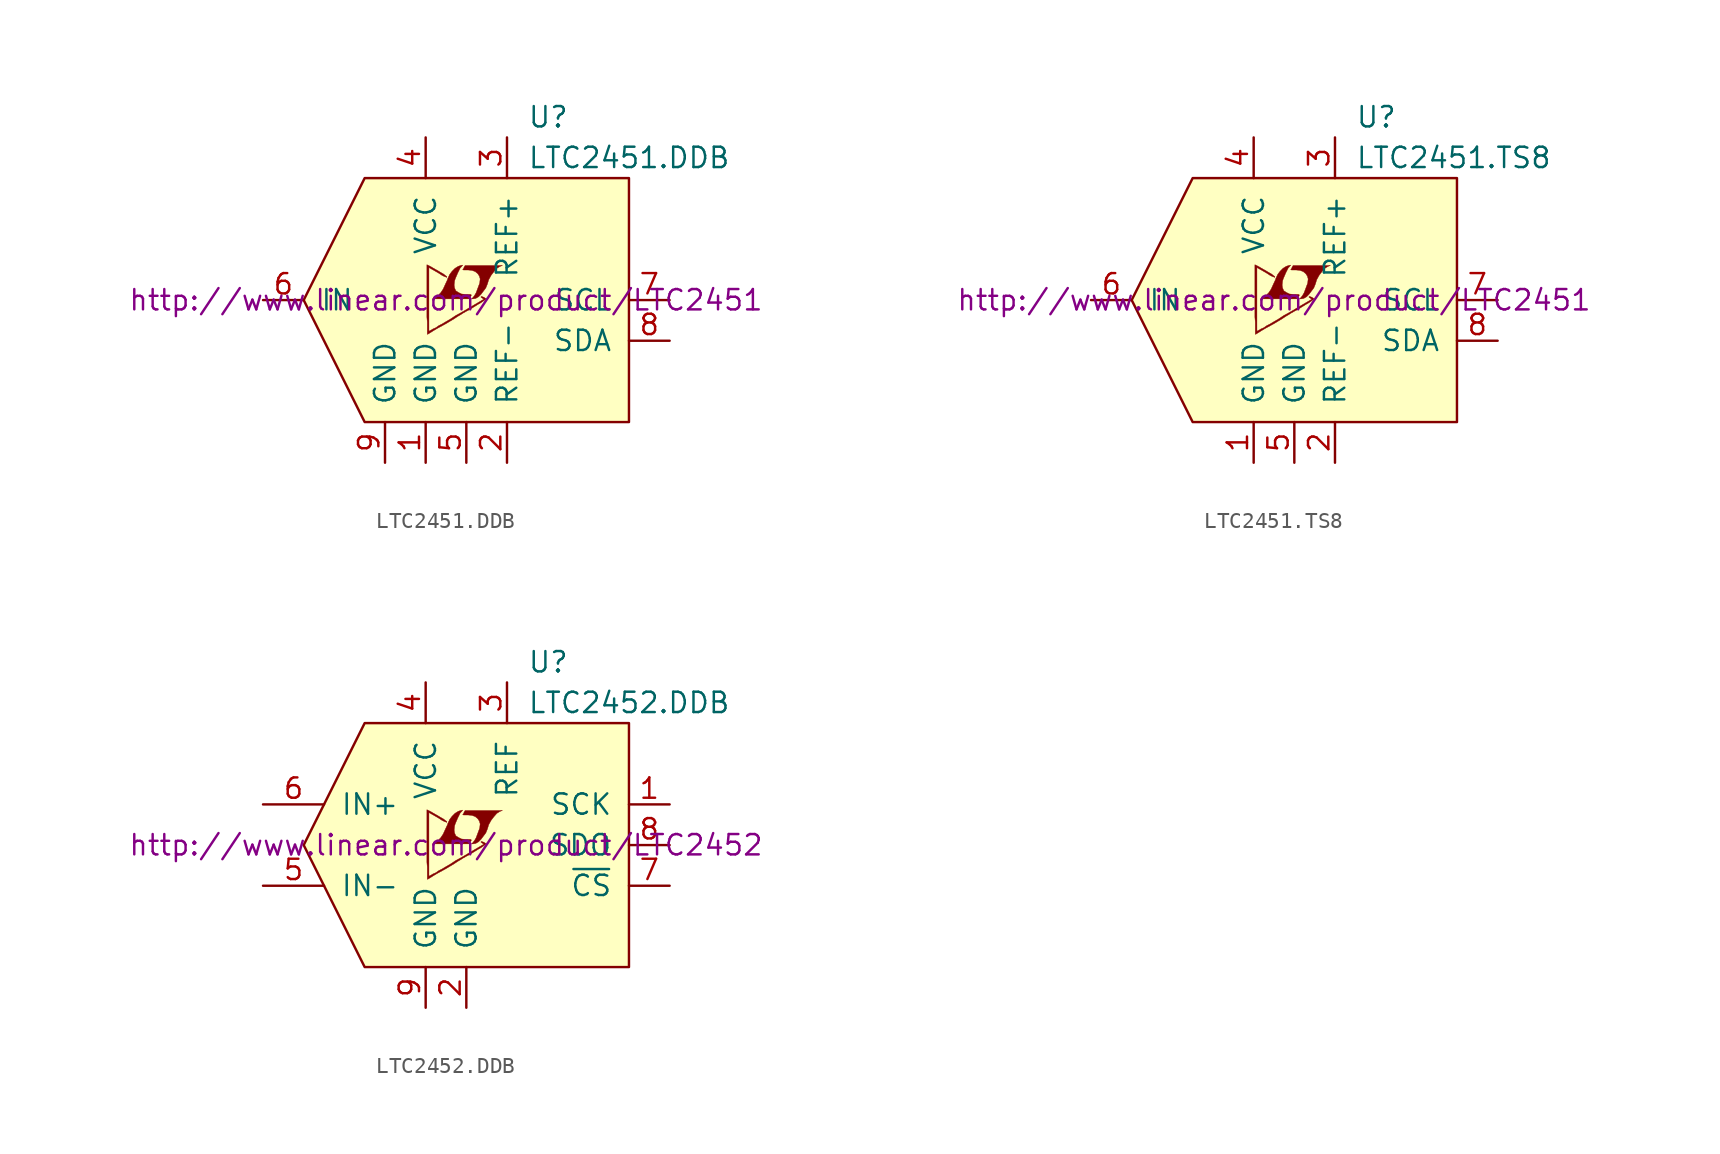
<source format=kicad_sym>
(kicad_symbol_lib
  (version 20201005)
  (generator kicad_symbol_editor)
  (symbol "LTC2451.DDB"
    (pin_names
      (offset 1.016))
    (property "Reference" "U"
      (at 3.81 11.43 0)
      (effects (font (size 1.27 1.27)) (justify left)))
    (property "Value" "LTC2451.DDB"
      (at 3.81 8.89 0)
      (effects (font (size 1.27 1.27)) (justify left)))
    (property "Datasheet" "http://www.linear.com/product/LTC2451"
      (at -1.27 0 0)
      (effects (font (size 1.27 1.27))))
    (symbol "LTC2451.DDB_0_0"
      (polyline (pts (xy 10.16 -7.62) (xy 10.16 7.62) (xy -6.35 7.62) (xy -10.16 0) (xy -6.35 -7.62) (xy 10.16 -7.62)) (stroke (width 0)) (fill (type background)))
      (polyline (pts (xy 0.584 0.102) (xy 0.762 0.203) (xy 0.914 0.356) (xy 1.219 0.762) (xy 1.321 1.016) (xy 1.397 1.27) (xy 1.549 1.549) (xy 1.727 1.778) (xy 1.905 1.981) (xy 2.108 2.108) (xy 2.261 2.159) (xy -0.076 2.159) (xy -0.152 2.032) (xy -0.152 2.007) (xy -0.203 1.93) (xy -0.229 1.905) (xy -0.178 1.88) (xy 0.102 1.88) (xy 0.356 1.854) (xy 0.559 1.778) (xy 0.711 1.651) (xy 0.813 1.499) (xy 0.864 1.321) (xy 0.838 1.092) (xy 0.838 1.067) (xy 0.61 0.457) (xy 0.508 0.279) (xy 0.406 0.152) (xy 0.33 0.076) (xy 0.432 0.076) (xy 0.584 0.102)) (stroke (width 0.025)) (fill (type outline)))
      (polyline (pts (xy 0.229 0.178) (xy 0.254 0.203) (xy 0.305 0.279) (xy 0.305 0.33) (xy 0.254 0.356) (xy -0.051 0.356) (xy -0.305 0.381) (xy -0.508 0.483) (xy -0.66 0.584) (xy -0.737 0.762) (xy -0.762 0.94) (xy -0.737 1.168) (xy -0.737 1.194) (xy -0.686 1.346) (xy -0.533 1.702) (xy -0.381 2.007) (xy -0.305 2.083) (xy -0.229 2.184) (xy -0.356 2.159) (xy -0.508 2.108) (xy -0.711 1.981) (xy -0.889 1.803) (xy -1.041 1.6) (xy -1.168 1.321) (xy -1.168 1.295) (xy -1.321 0.965) (xy -1.448 0.686) (xy -1.6 0.457) (xy -1.753 0.305) (xy -1.93 0.178) (xy -2.108 0.076) (xy 0.178 0.076) (xy 0.229 0.178)) (stroke (width 0.025)) (fill (type outline)))
      (polyline (pts (xy -2.362 -2.108) (xy -2.286 -2.057) (xy -2.159 -1.981) (xy -2.083 -1.93) (xy -1.829 -1.778) (xy -1.27 -1.473) (xy -0.762 -1.168) (xy -0.533 -1.016) (xy -0.356 -0.914) (xy -0.203 -0.813) (xy -0.102 -0.762) (xy -0.025 -0.711) (xy 0.127 -0.635) (xy 0.305 -0.533) (xy 0.711 -0.279) (xy 0.889 -0.178) (xy 1.041 -0.076) (xy 1.143 0) (xy 1.219 0.051) (xy 1.245 0.076) (xy 1.092 0.178) (xy 0.94 0.229) (xy 0.914 0.203) (xy 0.914 0.178) (xy 0.991 0.127) (xy 1.092 0.051) (xy 0.178 -0.483) (xy -0.025 -0.61) (xy -0.33 -0.787) (xy -0.66 -0.965) (xy -0.965 -1.168) (xy -1.27 -1.346) (xy -1.524 -1.499) (xy -1.727 -1.6) (xy -1.905 -1.727) (xy -2.083 -1.803) (xy -2.21 -1.88) (xy -2.311 -1.93) (xy -2.337 -1.956) (xy -2.337 2.032) (xy -1.803 1.727) (xy -1.676 1.651) (xy -1.524 1.549) (xy -1.372 1.473) (xy -1.295 1.448) (xy -1.245 1.422) (xy -1.219 1.422) (xy -1.219 1.473) (xy -1.295 1.524) (xy -1.422 1.626) (xy -1.6 1.727) (xy -1.727 1.803) (xy -2.083 2.007) (xy -2.21 2.083) (xy -2.464 2.21) (xy -2.464 -1.067) (xy -2.438 -1.372) (xy -2.438 -2.134) (xy -2.413 -2.134) (xy -2.362 -2.108)) (stroke (width 0.025)) (fill (type outline))))
    (symbol "LTC2451.DDB_1_1"
      (pin power_in line (at -2.54 -10.16 90) (length 2.54) (name "GND" (effects (font (size 1.27 1.27)))) (number "1" (effects (font (size 1.27 1.27)))))
      (pin input line (at 2.54 -10.16 90) (length 2.54) (name "REF-" (effects (font (size 1.27 1.27)))) (number "2" (effects (font (size 1.27 1.27)))))
      (pin input line (at 2.54 10.16 270) (length 2.54) (name "REF+" (effects (font (size 1.27 1.27)))) (number "3" (effects (font (size 1.27 1.27)))))
      (pin power_in line (at -2.54 10.16 270) (length 2.54) (name "VCC" (effects (font (size 1.27 1.27)))) (number "4" (effects (font (size 1.27 1.27)))))
      (pin power_in line (at 0 -10.16 90) (length 2.54) (name "GND" (effects (font (size 1.27 1.27)))) (number "5" (effects (font (size 1.27 1.27)))))
      (pin input line (at -12.7 0 0) (length 2.54) (name "IN" (effects (font (size 1.27 1.27)))) (number "6" (effects (font (size 1.27 1.27)))))
      (pin input line (at 12.7 0 180) (length 2.54) (name "SCL" (effects (font (size 1.27 1.27)))) (number "7" (effects (font (size 1.27 1.27)))))
      (pin output line (at 12.7 -2.54 180) (length 2.54) (name "SDA" (effects (font (size 1.27 1.27)))) (number "8" (effects (font (size 1.27 1.27)))))
      (pin power_in line (at -5.08 -10.16 90) (length 2.54) (name "GND" (effects (font (size 1.27 1.27)))) (number "9" (effects (font (size 1.27 1.27)))))))
  (symbol "LTC2451.TS8"
    (pin_names
      (offset 1.016))
    (property "Reference" "U"
      (at 3.81 11.43 0)
      (effects (font (size 1.27 1.27)) (justify left)))
    (property "Value" "LTC2451.TS8"
      (at 3.81 8.89 0)
      (effects (font (size 1.27 1.27)) (justify left)))
    (property "Datasheet" "http://www.linear.com/product/LTC2451"
      (at -1.27 0 0)
      (effects (font (size 1.27 1.27))))
    (symbol "LTC2451.TS8_0_0"
      (polyline (pts (xy 10.16 -7.62) (xy 10.16 7.62) (xy -6.35 7.62) (xy -10.16 0) (xy -6.35 -7.62) (xy 10.16 -7.62)) (stroke (width 0)) (fill (type background)))
      (polyline (pts (xy 0.584 0.102) (xy 0.762 0.203) (xy 0.914 0.356) (xy 1.219 0.762) (xy 1.321 1.016) (xy 1.397 1.27) (xy 1.549 1.549) (xy 1.727 1.778) (xy 1.905 1.981) (xy 2.108 2.108) (xy 2.261 2.159) (xy -0.076 2.159) (xy -0.152 2.032) (xy -0.152 2.007) (xy -0.203 1.93) (xy -0.229 1.905) (xy -0.178 1.88) (xy 0.102 1.88) (xy 0.356 1.854) (xy 0.559 1.778) (xy 0.711 1.651) (xy 0.813 1.499) (xy 0.864 1.321) (xy 0.838 1.092) (xy 0.838 1.067) (xy 0.61 0.457) (xy 0.508 0.279) (xy 0.406 0.152) (xy 0.33 0.076) (xy 0.432 0.076) (xy 0.584 0.102)) (stroke (width 0.025)) (fill (type outline)))
      (polyline (pts (xy 0.229 0.178) (xy 0.254 0.203) (xy 0.305 0.279) (xy 0.305 0.33) (xy 0.254 0.356) (xy -0.051 0.356) (xy -0.305 0.381) (xy -0.508 0.483) (xy -0.66 0.584) (xy -0.737 0.762) (xy -0.762 0.94) (xy -0.737 1.168) (xy -0.737 1.194) (xy -0.686 1.346) (xy -0.533 1.702) (xy -0.381 2.007) (xy -0.305 2.083) (xy -0.229 2.184) (xy -0.356 2.159) (xy -0.508 2.108) (xy -0.711 1.981) (xy -0.889 1.803) (xy -1.041 1.6) (xy -1.168 1.321) (xy -1.168 1.295) (xy -1.321 0.965) (xy -1.448 0.686) (xy -1.6 0.457) (xy -1.753 0.305) (xy -1.93 0.178) (xy -2.108 0.076) (xy 0.178 0.076) (xy 0.229 0.178)) (stroke (width 0.025)) (fill (type outline)))
      (polyline (pts (xy -2.362 -2.108) (xy -2.286 -2.057) (xy -2.159 -1.981) (xy -2.083 -1.93) (xy -1.829 -1.778) (xy -1.27 -1.473) (xy -0.762 -1.168) (xy -0.533 -1.016) (xy -0.356 -0.914) (xy -0.203 -0.813) (xy -0.102 -0.762) (xy -0.025 -0.711) (xy 0.127 -0.635) (xy 0.305 -0.533) (xy 0.711 -0.279) (xy 0.889 -0.178) (xy 1.041 -0.076) (xy 1.143 0) (xy 1.219 0.051) (xy 1.245 0.076) (xy 1.092 0.178) (xy 0.94 0.229) (xy 0.914 0.203) (xy 0.914 0.178) (xy 0.991 0.127) (xy 1.092 0.051) (xy 0.178 -0.483) (xy -0.025 -0.61) (xy -0.33 -0.787) (xy -0.66 -0.965) (xy -0.965 -1.168) (xy -1.27 -1.346) (xy -1.524 -1.499) (xy -1.727 -1.6) (xy -1.905 -1.727) (xy -2.083 -1.803) (xy -2.21 -1.88) (xy -2.311 -1.93) (xy -2.337 -1.956) (xy -2.337 2.032) (xy -1.803 1.727) (xy -1.676 1.651) (xy -1.524 1.549) (xy -1.372 1.473) (xy -1.295 1.448) (xy -1.245 1.422) (xy -1.219 1.422) (xy -1.219 1.473) (xy -1.295 1.524) (xy -1.422 1.626) (xy -1.6 1.727) (xy -1.727 1.803) (xy -2.083 2.007) (xy -2.21 2.083) (xy -2.464 2.21) (xy -2.464 -1.067) (xy -2.438 -1.372) (xy -2.438 -2.134) (xy -2.413 -2.134) (xy -2.362 -2.108)) (stroke (width 0.025)) (fill (type outline))))
    (symbol "LTC2451.TS8_1_1"
      (pin power_in line (at -2.54 -10.16 90) (length 2.54) (name "GND" (effects (font (size 1.27 1.27)))) (number "1" (effects (font (size 1.27 1.27)))))
      (pin input line (at 2.54 -10.16 90) (length 2.54) (name "REF-" (effects (font (size 1.27 1.27)))) (number "2" (effects (font (size 1.27 1.27)))))
      (pin input line (at 2.54 10.16 270) (length 2.54) (name "REF+" (effects (font (size 1.27 1.27)))) (number "3" (effects (font (size 1.27 1.27)))))
      (pin power_in line (at -2.54 10.16 270) (length 2.54) (name "VCC" (effects (font (size 1.27 1.27)))) (number "4" (effects (font (size 1.27 1.27)))))
      (pin power_in line (at 0 -10.16 90) (length 2.54) (name "GND" (effects (font (size 1.27 1.27)))) (number "5" (effects (font (size 1.27 1.27)))))
      (pin input line (at -12.7 0 0) (length 2.54) (name "IN" (effects (font (size 1.27 1.27)))) (number "6" (effects (font (size 1.27 1.27)))))
      (pin input line (at 12.7 0 180) (length 2.54) (name "SCL" (effects (font (size 1.27 1.27)))) (number "7" (effects (font (size 1.27 1.27)))))
      (pin output line (at 12.7 -2.54 180) (length 2.54) (name "SDA" (effects (font (size 1.27 1.27)))) (number "8" (effects (font (size 1.27 1.27)))))))
  (symbol "LTC2452.DDB"
    (pin_names
      (offset 1.016))
    (property "Reference" "U"
      (at 3.81 11.43 0)
      (effects (font (size 1.27 1.27)) (justify left)))
    (property "Value" "LTC2452.DDB"
      (at 3.81 8.89 0)
      (effects (font (size 1.27 1.27)) (justify left)))
    (property "Datasheet" "http://www.linear.com/product/LTC2452"
      (at -1.27 0 0)
      (effects (font (size 1.27 1.27))))
    (symbol "LTC2452.DDB_0_0"
      (polyline (pts (xy 10.16 -7.62) (xy 10.16 7.62) (xy -6.35 7.62) (xy -10.16 0) (xy -6.35 -7.62) (xy 10.16 -7.62)) (stroke (width 0)) (fill (type background)))
      (polyline (pts (xy 0.584 0.102) (xy 0.762 0.203) (xy 0.914 0.356) (xy 1.219 0.762) (xy 1.321 1.016) (xy 1.397 1.27) (xy 1.549 1.549) (xy 1.727 1.778) (xy 1.905 1.981) (xy 2.108 2.108) (xy 2.261 2.159) (xy -0.076 2.159) (xy -0.152 2.032) (xy -0.152 2.007) (xy -0.203 1.93) (xy -0.229 1.905) (xy -0.178 1.88) (xy 0.102 1.88) (xy 0.356 1.854) (xy 0.559 1.778) (xy 0.711 1.651) (xy 0.813 1.499) (xy 0.864 1.321) (xy 0.838 1.092) (xy 0.838 1.067) (xy 0.61 0.457) (xy 0.508 0.279) (xy 0.406 0.152) (xy 0.33 0.076) (xy 0.432 0.076) (xy 0.584 0.102)) (stroke (width 0.025)) (fill (type outline)))
      (polyline (pts (xy 0.229 0.178) (xy 0.254 0.203) (xy 0.305 0.279) (xy 0.305 0.33) (xy 0.254 0.356) (xy -0.051 0.356) (xy -0.305 0.381) (xy -0.508 0.483) (xy -0.66 0.584) (xy -0.737 0.762) (xy -0.762 0.94) (xy -0.737 1.168) (xy -0.737 1.194) (xy -0.686 1.346) (xy -0.533 1.702) (xy -0.381 2.007) (xy -0.305 2.083) (xy -0.229 2.184) (xy -0.356 2.159) (xy -0.508 2.108) (xy -0.711 1.981) (xy -0.889 1.803) (xy -1.041 1.6) (xy -1.168 1.321) (xy -1.168 1.295) (xy -1.321 0.965) (xy -1.448 0.686) (xy -1.6 0.457) (xy -1.753 0.305) (xy -1.93 0.178) (xy -2.108 0.076) (xy 0.178 0.076) (xy 0.229 0.178)) (stroke (width 0.025)) (fill (type outline)))
      (polyline (pts (xy -2.362 -2.108) (xy -2.286 -2.057) (xy -2.159 -1.981) (xy -2.083 -1.93) (xy -1.829 -1.778) (xy -1.27 -1.473) (xy -0.762 -1.168) (xy -0.533 -1.016) (xy -0.356 -0.914) (xy -0.203 -0.813) (xy -0.102 -0.762) (xy -0.025 -0.711) (xy 0.127 -0.635) (xy 0.305 -0.533) (xy 0.711 -0.279) (xy 0.889 -0.178) (xy 1.041 -0.076) (xy 1.143 0) (xy 1.219 0.051) (xy 1.245 0.076) (xy 1.092 0.178) (xy 0.94 0.229) (xy 0.914 0.203) (xy 0.914 0.178) (xy 0.991 0.127) (xy 1.092 0.051) (xy 0.178 -0.483) (xy -0.025 -0.61) (xy -0.33 -0.787) (xy -0.66 -0.965) (xy -0.965 -1.168) (xy -1.27 -1.346) (xy -1.524 -1.499) (xy -1.727 -1.6) (xy -1.905 -1.727) (xy -2.083 -1.803) (xy -2.21 -1.88) (xy -2.311 -1.93) (xy -2.337 -1.956) (xy -2.337 2.032) (xy -1.803 1.727) (xy -1.676 1.651) (xy -1.524 1.549) (xy -1.372 1.473) (xy -1.295 1.448) (xy -1.245 1.422) (xy -1.219 1.422) (xy -1.219 1.473) (xy -1.295 1.524) (xy -1.422 1.626) (xy -1.6 1.727) (xy -1.727 1.803) (xy -2.083 2.007) (xy -2.21 2.083) (xy -2.464 2.21) (xy -2.464 -1.067) (xy -2.438 -1.372) (xy -2.438 -2.134) (xy -2.413 -2.134) (xy -2.362 -2.108)) (stroke (width 0.025)) (fill (type outline))))
    (symbol "LTC2452.DDB_1_1"
      (pin input line (at 12.7 2.54 180) (length 2.54) (name "SCK" (effects (font (size 1.27 1.27)))) (number "1" (effects (font (size 1.27 1.27)))))
      (pin power_in line (at 0 -10.16 90) (length 2.54) (name "GND" (effects (font (size 1.27 1.27)))) (number "2" (effects (font (size 1.27 1.27)))))
      (pin input line (at 2.54 10.16 270) (length 2.54) (name "REF" (effects (font (size 1.27 1.27)))) (number "3" (effects (font (size 1.27 1.27)))))
      (pin power_in line (at -2.54 10.16 270) (length 2.54) (name "VCC" (effects (font (size 1.27 1.27)))) (number "4" (effects (font (size 1.27 1.27)))))
      (pin input line (at -12.7 -2.54 0) (length 3.81) (name "IN-" (effects (font (size 1.27 1.27)))) (number "5" (effects (font (size 1.27 1.27)))))
      (pin input line (at -12.7 2.54 0) (length 3.81) (name "IN+" (effects (font (size 1.27 1.27)))) (number "6" (effects (font (size 1.27 1.27)))))
      (pin input line (at 12.7 -2.54 180) (length 2.54) (name "~CS~" (effects (font (size 1.27 1.27)))) (number "7" (effects (font (size 1.27 1.27)))))
      (pin output line (at 12.7 0 180) (length 2.54) (name "SDO" (effects (font (size 1.27 1.27)))) (number "8" (effects (font (size 1.27 1.27)))))
      (pin power_in line (at -2.54 -10.16 90) (length 2.54) (name "GND" (effects (font (size 1.27 1.27)))) (number "9" (effects (font (size 1.27 1.27))))))))
</source>
